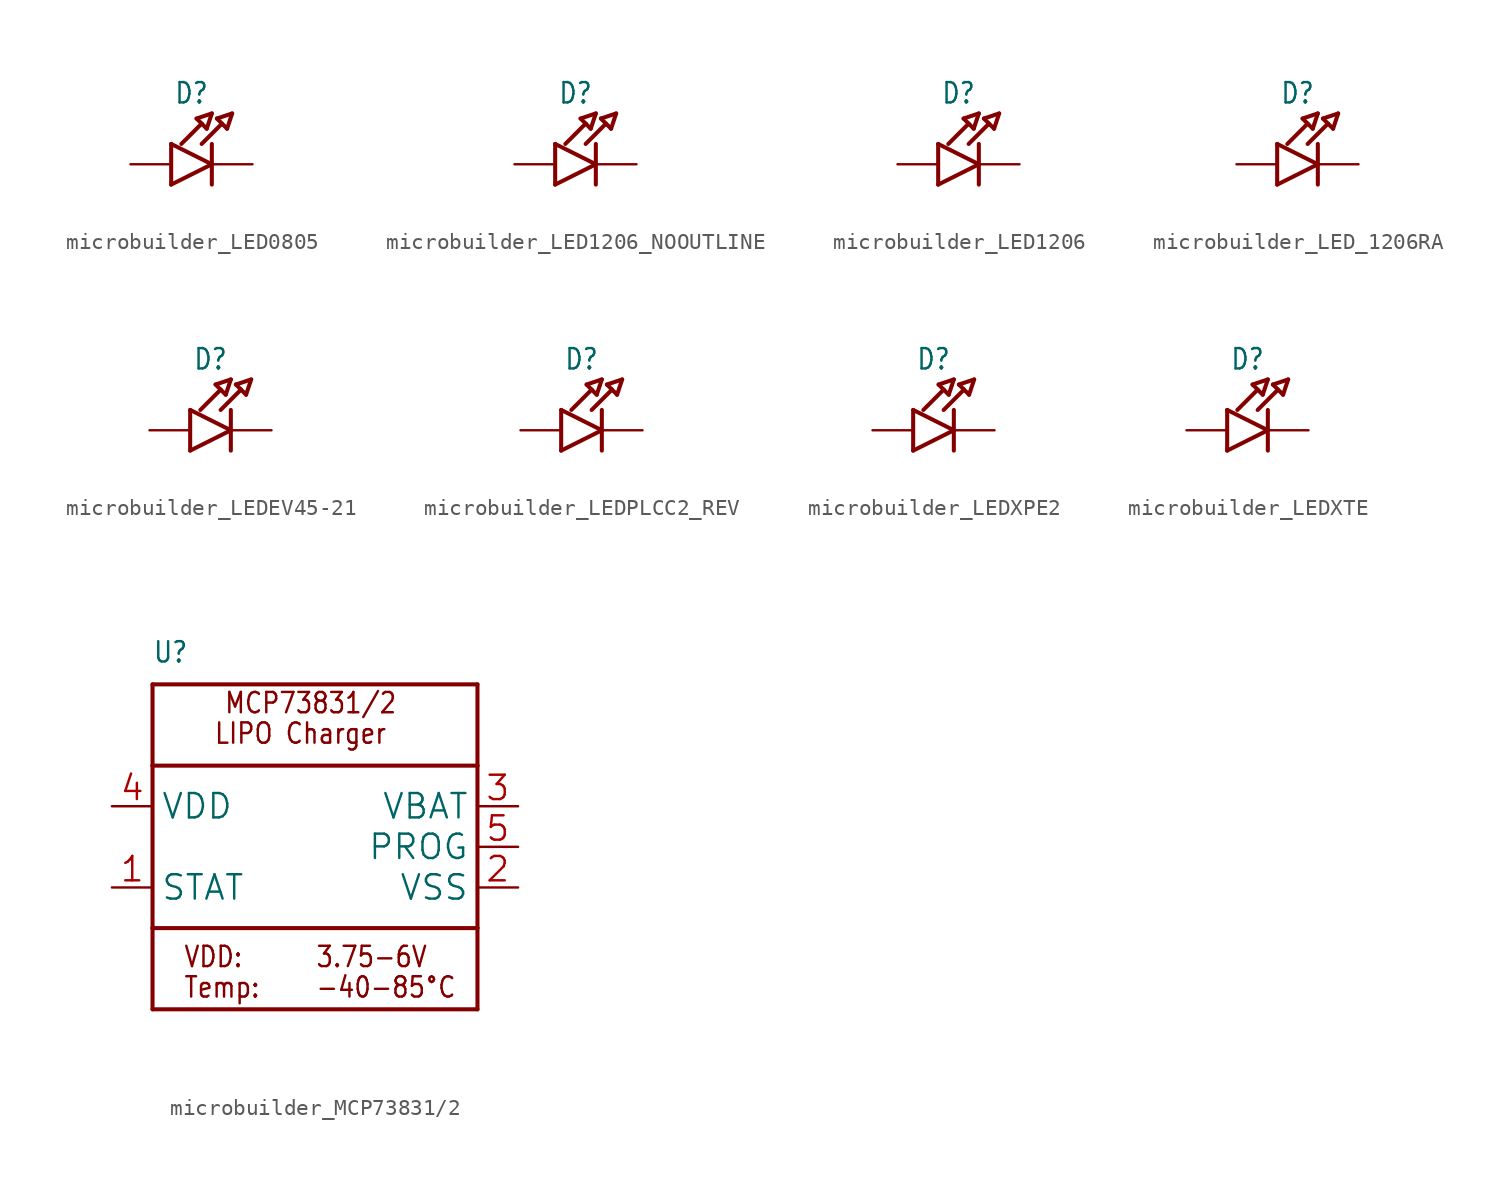
<source format=kicad_sym>
(kicad_symbol_lib
  (version 20241209)
  (generator "kicad_symbol_editor")
  (generator_version "9.0")
  (symbol "microbuilder_LED0805"
    (property "Reference" "D"
      (at -1.27 4.445 0)
      (effects (font (size 1.27 1.079))))
    (property "Value" ""
      (at -1.27 -2.794 0)
      (effects (font (size 1.27 1.079))))
    (property "ki_locked" ""
      (at 0 0 0)
      (effects (font (size 1.27 1.27))))
    (symbol "microbuilder_LED0805_1_0"
      (polyline (pts (xy -2.54 1.27) (xy -2.54 -1.27)) (stroke (width 0.254) (type solid)) (fill (type none)))
      (polyline (pts (xy -2.54 -1.27) (xy 0 0)) (stroke (width 0.254) (type solid)) (fill (type none)))
      (polyline (pts (xy -1.905 1.27) (xy -0.635 2.54)) (stroke (width 0.254) (type solid)) (fill (type none)))
      (polyline (pts (xy -0.953 2.857) (xy -0.318 2.223)) (stroke (width 0.254) (type solid)) (fill (type none)))
      (polyline (pts (xy -0.635 1.27) (xy 0.635 2.54)) (stroke (width 0.254) (type solid)) (fill (type none)))
      (polyline (pts (xy -0.318 2.223) (xy 0 3.175)) (stroke (width 0.254) (type solid)) (fill (type none)))
      (polyline (pts (xy 0 3.175) (xy -0.953 2.857)) (stroke (width 0.254) (type solid)) (fill (type none)))
      (polyline (pts (xy 0 1.27) (xy 0 0)) (stroke (width 0.254) (type solid)) (fill (type none)))
      (polyline (pts (xy 0 0) (xy -2.54 1.27)) (stroke (width 0.254) (type solid)) (fill (type none)))
      (polyline (pts (xy 0 0) (xy 0 -1.27)) (stroke (width 0.254) (type solid)) (fill (type none)))
      (polyline (pts (xy 0.318 2.857) (xy 0.953 2.223)) (stroke (width 0.254) (type solid)) (fill (type none)))
      (polyline (pts (xy 0.953 2.223) (xy 1.27 3.175)) (stroke (width 0.254) (type solid)) (fill (type none)))
      (polyline (pts (xy 1.27 3.175) (xy 0.318 2.857)) (stroke (width 0.254) (type solid)) (fill (type none)))
      (pin passive line (at -5.08 0 0) (length 2.54) (name "A" (effects (font (size 0 0)))) (number "A" (effects (font (size 0 0)))))
      (pin passive line (at 2.54 0 180) (length 2.54) (name "C" (effects (font (size 0 0)))) (number "C" (effects (font (size 0 0)))))))
  (symbol "microbuilder_LED1206_NOOUTLINE"
    (property "Reference" "D"
      (at -1.27 4.445 0)
      (effects (font (size 1.27 1.079))))
    (property "Value" ""
      (at -1.27 -2.794 0)
      (effects (font (size 1.27 1.079))))
    (property "ki_locked" ""
      (at 0 0 0)
      (effects (font (size 1.27 1.27))))
    (symbol "microbuilder_LED1206_NOOUTLINE_1_0"
      (polyline (pts (xy -2.54 1.27) (xy -2.54 -1.27)) (stroke (width 0.254) (type solid)) (fill (type none)))
      (polyline (pts (xy -2.54 -1.27) (xy 0 0)) (stroke (width 0.254) (type solid)) (fill (type none)))
      (polyline (pts (xy -1.905 1.27) (xy -0.635 2.54)) (stroke (width 0.254) (type solid)) (fill (type none)))
      (polyline (pts (xy -0.953 2.857) (xy -0.318 2.223)) (stroke (width 0.254) (type solid)) (fill (type none)))
      (polyline (pts (xy -0.635 1.27) (xy 0.635 2.54)) (stroke (width 0.254) (type solid)) (fill (type none)))
      (polyline (pts (xy -0.318 2.223) (xy 0 3.175)) (stroke (width 0.254) (type solid)) (fill (type none)))
      (polyline (pts (xy 0 3.175) (xy -0.953 2.857)) (stroke (width 0.254) (type solid)) (fill (type none)))
      (polyline (pts (xy 0 1.27) (xy 0 0)) (stroke (width 0.254) (type solid)) (fill (type none)))
      (polyline (pts (xy 0 0) (xy -2.54 1.27)) (stroke (width 0.254) (type solid)) (fill (type none)))
      (polyline (pts (xy 0 0) (xy 0 -1.27)) (stroke (width 0.254) (type solid)) (fill (type none)))
      (polyline (pts (xy 0.318 2.857) (xy 0.953 2.223)) (stroke (width 0.254) (type solid)) (fill (type none)))
      (polyline (pts (xy 0.953 2.223) (xy 1.27 3.175)) (stroke (width 0.254) (type solid)) (fill (type none)))
      (polyline (pts (xy 1.27 3.175) (xy 0.318 2.857)) (stroke (width 0.254) (type solid)) (fill (type none)))
      (pin passive line (at -5.08 0 0) (length 2.54) (name "A" (effects (font (size 0 0)))) (number "A" (effects (font (size 0 0)))))
      (pin passive line (at 2.54 0 180) (length 2.54) (name "C" (effects (font (size 0 0)))) (number "C" (effects (font (size 0 0)))))))
  (symbol "microbuilder_LED1206"
    (property "Reference" "D"
      (at -1.27 4.445 0)
      (effects (font (size 1.27 1.079))))
    (property "Value" ""
      (at -1.27 -2.794 0)
      (effects (font (size 1.27 1.079))))
    (property "ki_locked" ""
      (at 0 0 0)
      (effects (font (size 1.27 1.27))))
    (symbol "microbuilder_LED1206_1_0"
      (polyline (pts (xy -2.54 1.27) (xy -2.54 -1.27)) (stroke (width 0.254) (type solid)) (fill (type none)))
      (polyline (pts (xy -2.54 -1.27) (xy 0 0)) (stroke (width 0.254) (type solid)) (fill (type none)))
      (polyline (pts (xy -1.905 1.27) (xy -0.635 2.54)) (stroke (width 0.254) (type solid)) (fill (type none)))
      (polyline (pts (xy -0.953 2.857) (xy -0.318 2.223)) (stroke (width 0.254) (type solid)) (fill (type none)))
      (polyline (pts (xy -0.635 1.27) (xy 0.635 2.54)) (stroke (width 0.254) (type solid)) (fill (type none)))
      (polyline (pts (xy -0.318 2.223) (xy 0 3.175)) (stroke (width 0.254) (type solid)) (fill (type none)))
      (polyline (pts (xy 0 3.175) (xy -0.953 2.857)) (stroke (width 0.254) (type solid)) (fill (type none)))
      (polyline (pts (xy 0 1.27) (xy 0 0)) (stroke (width 0.254) (type solid)) (fill (type none)))
      (polyline (pts (xy 0 0) (xy -2.54 1.27)) (stroke (width 0.254) (type solid)) (fill (type none)))
      (polyline (pts (xy 0 0) (xy 0 -1.27)) (stroke (width 0.254) (type solid)) (fill (type none)))
      (polyline (pts (xy 0.318 2.857) (xy 0.953 2.223)) (stroke (width 0.254) (type solid)) (fill (type none)))
      (polyline (pts (xy 0.953 2.223) (xy 1.27 3.175)) (stroke (width 0.254) (type solid)) (fill (type none)))
      (polyline (pts (xy 1.27 3.175) (xy 0.318 2.857)) (stroke (width 0.254) (type solid)) (fill (type none)))
      (pin passive line (at -5.08 0 0) (length 2.54) (name "A" (effects (font (size 0 0)))) (number "A" (effects (font (size 0 0)))))
      (pin passive line (at 2.54 0 180) (length 2.54) (name "C" (effects (font (size 0 0)))) (number "C" (effects (font (size 0 0)))))))
  (symbol "microbuilder_LED_1206RA"
    (property "Reference" "D"
      (at -1.27 4.445 0)
      (effects (font (size 1.27 1.079))))
    (property "Value" ""
      (at -1.27 -2.794 0)
      (effects (font (size 1.27 1.079))))
    (property "ki_locked" ""
      (at 0 0 0)
      (effects (font (size 1.27 1.27))))
    (symbol "microbuilder_LED_1206RA_1_0"
      (polyline (pts (xy -2.54 1.27) (xy -2.54 -1.27)) (stroke (width 0.254) (type solid)) (fill (type none)))
      (polyline (pts (xy -2.54 -1.27) (xy 0 0)) (stroke (width 0.254) (type solid)) (fill (type none)))
      (polyline (pts (xy -1.905 1.27) (xy -0.635 2.54)) (stroke (width 0.254) (type solid)) (fill (type none)))
      (polyline (pts (xy -0.953 2.857) (xy -0.318 2.223)) (stroke (width 0.254) (type solid)) (fill (type none)))
      (polyline (pts (xy -0.635 1.27) (xy 0.635 2.54)) (stroke (width 0.254) (type solid)) (fill (type none)))
      (polyline (pts (xy -0.318 2.223) (xy 0 3.175)) (stroke (width 0.254) (type solid)) (fill (type none)))
      (polyline (pts (xy 0 3.175) (xy -0.953 2.857)) (stroke (width 0.254) (type solid)) (fill (type none)))
      (polyline (pts (xy 0 1.27) (xy 0 0)) (stroke (width 0.254) (type solid)) (fill (type none)))
      (polyline (pts (xy 0 0) (xy -2.54 1.27)) (stroke (width 0.254) (type solid)) (fill (type none)))
      (polyline (pts (xy 0 0) (xy 0 -1.27)) (stroke (width 0.254) (type solid)) (fill (type none)))
      (polyline (pts (xy 0.318 2.857) (xy 0.953 2.223)) (stroke (width 0.254) (type solid)) (fill (type none)))
      (polyline (pts (xy 0.953 2.223) (xy 1.27 3.175)) (stroke (width 0.254) (type solid)) (fill (type none)))
      (polyline (pts (xy 1.27 3.175) (xy 0.318 2.857)) (stroke (width 0.254) (type solid)) (fill (type none)))
      (pin passive line (at -5.08 0 0) (length 2.54) (name "A" (effects (font (size 0 0)))) (number "A" (effects (font (size 0 0)))))
      (pin passive line (at 2.54 0 180) (length 2.54) (name "C" (effects (font (size 0 0)))) (number "C" (effects (font (size 0 0)))))))
  (symbol "microbuilder_LEDEV45-21"
    (property "Reference" "D"
      (at -1.27 4.445 0)
      (effects (font (size 1.27 1.079))))
    (property "Value" ""
      (at -1.27 -2.794 0)
      (effects (font (size 1.27 1.079))))
    (property "ki_locked" ""
      (at 0 0 0)
      (effects (font (size 1.27 1.27))))
    (symbol "microbuilder_LEDEV45-21_1_0"
      (polyline (pts (xy -2.54 1.27) (xy -2.54 -1.27)) (stroke (width 0.254) (type solid)) (fill (type none)))
      (polyline (pts (xy -2.54 -1.27) (xy 0 0)) (stroke (width 0.254) (type solid)) (fill (type none)))
      (polyline (pts (xy -1.905 1.27) (xy -0.635 2.54)) (stroke (width 0.254) (type solid)) (fill (type none)))
      (polyline (pts (xy -0.953 2.857) (xy -0.318 2.223)) (stroke (width 0.254) (type solid)) (fill (type none)))
      (polyline (pts (xy -0.635 1.27) (xy 0.635 2.54)) (stroke (width 0.254) (type solid)) (fill (type none)))
      (polyline (pts (xy -0.318 2.223) (xy 0 3.175)) (stroke (width 0.254) (type solid)) (fill (type none)))
      (polyline (pts (xy 0 3.175) (xy -0.953 2.857)) (stroke (width 0.254) (type solid)) (fill (type none)))
      (polyline (pts (xy 0 1.27) (xy 0 0)) (stroke (width 0.254) (type solid)) (fill (type none)))
      (polyline (pts (xy 0 0) (xy -2.54 1.27)) (stroke (width 0.254) (type solid)) (fill (type none)))
      (polyline (pts (xy 0 0) (xy 0 -1.27)) (stroke (width 0.254) (type solid)) (fill (type none)))
      (polyline (pts (xy 0.318 2.857) (xy 0.953 2.223)) (stroke (width 0.254) (type solid)) (fill (type none)))
      (polyline (pts (xy 0.953 2.223) (xy 1.27 3.175)) (stroke (width 0.254) (type solid)) (fill (type none)))
      (polyline (pts (xy 1.27 3.175) (xy 0.318 2.857)) (stroke (width 0.254) (type solid)) (fill (type none)))
      (pin passive line (at -5.08 0 0) (length 2.54) (name "A" (effects (font (size 0 0)))) (number "A" (effects (font (size 0 0)))))
      (pin passive line (at 2.54 0 180) (length 2.54) (name "C" (effects (font (size 0 0)))) (number "K" (effects (font (size 0 0)))))))
  (symbol "microbuilder_LEDPLCC2_REV"
    (property "Reference" "D"
      (at -1.27 4.445 0)
      (effects (font (size 1.27 1.079))))
    (property "Value" ""
      (at -1.27 -2.794 0)
      (effects (font (size 1.27 1.079))))
    (property "ki_locked" ""
      (at 0 0 0)
      (effects (font (size 1.27 1.27))))
    (symbol "microbuilder_LEDPLCC2_REV_1_0"
      (polyline (pts (xy -2.54 1.27) (xy -2.54 -1.27)) (stroke (width 0.254) (type solid)) (fill (type none)))
      (polyline (pts (xy -2.54 -1.27) (xy 0 0)) (stroke (width 0.254) (type solid)) (fill (type none)))
      (polyline (pts (xy -1.905 1.27) (xy -0.635 2.54)) (stroke (width 0.254) (type solid)) (fill (type none)))
      (polyline (pts (xy -0.953 2.857) (xy -0.318 2.223)) (stroke (width 0.254) (type solid)) (fill (type none)))
      (polyline (pts (xy -0.635 1.27) (xy 0.635 2.54)) (stroke (width 0.254) (type solid)) (fill (type none)))
      (polyline (pts (xy -0.318 2.223) (xy 0 3.175)) (stroke (width 0.254) (type solid)) (fill (type none)))
      (polyline (pts (xy 0 3.175) (xy -0.953 2.857)) (stroke (width 0.254) (type solid)) (fill (type none)))
      (polyline (pts (xy 0 1.27) (xy 0 0)) (stroke (width 0.254) (type solid)) (fill (type none)))
      (polyline (pts (xy 0 0) (xy -2.54 1.27)) (stroke (width 0.254) (type solid)) (fill (type none)))
      (polyline (pts (xy 0 0) (xy 0 -1.27)) (stroke (width 0.254) (type solid)) (fill (type none)))
      (polyline (pts (xy 0.318 2.857) (xy 0.953 2.223)) (stroke (width 0.254) (type solid)) (fill (type none)))
      (polyline (pts (xy 0.953 2.223) (xy 1.27 3.175)) (stroke (width 0.254) (type solid)) (fill (type none)))
      (polyline (pts (xy 1.27 3.175) (xy 0.318 2.857)) (stroke (width 0.254) (type solid)) (fill (type none)))
      (pin passive line (at -5.08 0 0) (length 2.54) (name "A" (effects (font (size 0 0)))) (number "A" (effects (font (size 0 0)))))
      (pin passive line (at 2.54 0 180) (length 2.54) (name "C" (effects (font (size 0 0)))) (number "K" (effects (font (size 0 0)))))))
  (symbol "microbuilder_LEDXPE2"
    (property "Reference" "D"
      (at -1.27 4.445 0)
      (effects (font (size 1.27 1.079))))
    (property "Value" ""
      (at -1.27 -2.794 0)
      (effects (font (size 1.27 1.079))))
    (property "ki_locked" ""
      (at 0 0 0)
      (effects (font (size 1.27 1.27))))
    (symbol "microbuilder_LEDXPE2_1_0"
      (polyline (pts (xy -2.54 1.27) (xy -2.54 -1.27)) (stroke (width 0.254) (type solid)) (fill (type none)))
      (polyline (pts (xy -2.54 -1.27) (xy 0 0)) (stroke (width 0.254) (type solid)) (fill (type none)))
      (polyline (pts (xy -1.905 1.27) (xy -0.635 2.54)) (stroke (width 0.254) (type solid)) (fill (type none)))
      (polyline (pts (xy -0.953 2.857) (xy -0.318 2.223)) (stroke (width 0.254) (type solid)) (fill (type none)))
      (polyline (pts (xy -0.635 1.27) (xy 0.635 2.54)) (stroke (width 0.254) (type solid)) (fill (type none)))
      (polyline (pts (xy -0.318 2.223) (xy 0 3.175)) (stroke (width 0.254) (type solid)) (fill (type none)))
      (polyline (pts (xy 0 3.175) (xy -0.953 2.857)) (stroke (width 0.254) (type solid)) (fill (type none)))
      (polyline (pts (xy 0 1.27) (xy 0 0)) (stroke (width 0.254) (type solid)) (fill (type none)))
      (polyline (pts (xy 0 0) (xy -2.54 1.27)) (stroke (width 0.254) (type solid)) (fill (type none)))
      (polyline (pts (xy 0 0) (xy 0 -1.27)) (stroke (width 0.254) (type solid)) (fill (type none)))
      (polyline (pts (xy 0.318 2.857) (xy 0.953 2.223)) (stroke (width 0.254) (type solid)) (fill (type none)))
      (polyline (pts (xy 0.953 2.223) (xy 1.27 3.175)) (stroke (width 0.254) (type solid)) (fill (type none)))
      (polyline (pts (xy 1.27 3.175) (xy 0.318 2.857)) (stroke (width 0.254) (type solid)) (fill (type none)))
      (pin passive line (at -5.08 0 0) (length 2.54) (name "A" (effects (font (size 0 0)))) (number "ANODE" (effects (font (size 0 0)))))
      (pin passive line (at 2.54 0 180) (length 2.54) (name "C" (effects (font (size 0 0)))) (number "CATHODE" (effects (font (size 0 0)))))))
  (symbol "microbuilder_LEDXTE"
    (property "Reference" "D"
      (at -1.27 4.445 0)
      (effects (font (size 1.27 1.079))))
    (property "Value" ""
      (at -1.27 -2.794 0)
      (effects (font (size 1.27 1.079))))
    (property "ki_locked" ""
      (at 0 0 0)
      (effects (font (size 1.27 1.27))))
    (symbol "microbuilder_LEDXTE_1_0"
      (polyline (pts (xy -2.54 1.27) (xy -2.54 -1.27)) (stroke (width 0.254) (type solid)) (fill (type none)))
      (polyline (pts (xy -2.54 -1.27) (xy 0 0)) (stroke (width 0.254) (type solid)) (fill (type none)))
      (polyline (pts (xy -1.905 1.27) (xy -0.635 2.54)) (stroke (width 0.254) (type solid)) (fill (type none)))
      (polyline (pts (xy -0.953 2.857) (xy -0.318 2.223)) (stroke (width 0.254) (type solid)) (fill (type none)))
      (polyline (pts (xy -0.635 1.27) (xy 0.635 2.54)) (stroke (width 0.254) (type solid)) (fill (type none)))
      (polyline (pts (xy -0.318 2.223) (xy 0 3.175)) (stroke (width 0.254) (type solid)) (fill (type none)))
      (polyline (pts (xy 0 3.175) (xy -0.953 2.857)) (stroke (width 0.254) (type solid)) (fill (type none)))
      (polyline (pts (xy 0 1.27) (xy 0 0)) (stroke (width 0.254) (type solid)) (fill (type none)))
      (polyline (pts (xy 0 0) (xy -2.54 1.27)) (stroke (width 0.254) (type solid)) (fill (type none)))
      (polyline (pts (xy 0 0) (xy 0 -1.27)) (stroke (width 0.254) (type solid)) (fill (type none)))
      (polyline (pts (xy 0.318 2.857) (xy 0.953 2.223)) (stroke (width 0.254) (type solid)) (fill (type none)))
      (polyline (pts (xy 0.953 2.223) (xy 1.27 3.175)) (stroke (width 0.254) (type solid)) (fill (type none)))
      (polyline (pts (xy 1.27 3.175) (xy 0.318 2.857)) (stroke (width 0.254) (type solid)) (fill (type none)))
      (pin passive line (at -5.08 0 0) (length 2.54) (name "A" (effects (font (size 0 0)))) (number "ANODE" (effects (font (size 0 0)))))
      (pin passive line (at 2.54 0 180) (length 2.54) (name "C" (effects (font (size 0 0)))) (number "CATHODE" (effects (font (size 0 0)))))))
  (symbol "microbuilder_MCP73831/2"
    (property "Reference" "U"
      (at -10.16 11.43 0)
      (effects (font (size 1.27 1.079)) (justify left bottom)))
    (property "Value" ""
      (at -10.16 -12.7 0)
      (effects (font (size 1.27 1.079)) (justify left bottom)))
    (property "ki_locked" ""
      (at 0 0 0)
      (effects (font (size 1.27 1.27))))
    (symbol "microbuilder_MCP73831/2_1_0"
      (polyline (pts (xy -10.16 10.16) (xy -10.16 5.08)) (stroke (width 0.254) (type solid)) (fill (type none)))
      (polyline (pts (xy -10.16 10.16) (xy 10.16 10.16)) (stroke (width 0.254) (type solid)) (fill (type none)))
      (polyline (pts (xy -10.16 5.08) (xy 10.16 5.08)) (stroke (width 0.254) (type solid)) (fill (type none)))
      (polyline (pts (xy -10.16 -5.08) (xy -10.16 5.08)) (stroke (width 0.254) (type solid)) (fill (type none)))
      (polyline (pts (xy -10.16 -5.08) (xy -10.16 -10.16)) (stroke (width 0.254) (type solid)) (fill (type none)))
      (polyline (pts (xy 10.16 10.16) (xy 10.16 5.08)) (stroke (width 0.254) (type solid)) (fill (type none)))
      (polyline (pts (xy 10.16 5.08) (xy 10.16 -5.08)) (stroke (width 0.254) (type solid)) (fill (type none)))
      (polyline (pts (xy 10.16 -5.08) (xy -10.16 -5.08)) (stroke (width 0.254) (type solid)) (fill (type none)))
      (polyline (pts (xy 10.16 -5.08) (xy 10.16 -10.16)) (stroke (width 0.254) (type solid)) (fill (type none)))
      (polyline (pts (xy 10.16 -10.16) (xy -10.16 -10.16)) (stroke (width 0.254) (type solid)) (fill (type none)))
      (text "VDD:" (at -8.255 -7.62 0) (effects (font (size 1.27 1.079)) (justify left bottom)))
      (text "Temp:" (at -8.255 -9.525 0) (effects (font (size 1.27 1.079)) (justify left bottom)))
      (text "LIPO Charger" (at -6.35 6.35 0) (effects (font (size 1.27 1.079)) (justify left bottom)))
      (text "MCP73831/2" (at -5.715 8.255 0) (effects (font (size 1.27 1.079)) (justify left bottom)))
      (text "3.75-6V" (at 0 -7.62 0) (effects (font (size 1.27 1.079)) (justify left bottom)))
      (text "-40-85°C" (at 0 -9.525 0) (effects (font (size 1.27 1.079)) (justify left bottom)))
      (pin power_in line (at -12.7 2.54 0) (length 2.54) (name "VDD" (effects (font (size 1.524 1.524)))) (number "4" (effects (font (size 1.524 1.524)))))
      (pin output line (at -12.7 -2.54 0) (length 2.54) (name "STAT" (effects (font (size 1.524 1.524)))) (number "1" (effects (font (size 1.524 1.524)))))
      (pin power_in line (at 12.7 2.54 180) (length 2.54) (name "VBAT" (effects (font (size 1.524 1.524)))) (number "3" (effects (font (size 1.524 1.524)))))
      (pin input line (at 12.7 0 180) (length 2.54) (name "PROG" (effects (font (size 1.524 1.524)))) (number "5" (effects (font (size 1.524 1.524)))))
      (pin power_in line (at 12.7 -2.54 180) (length 2.54) (name "VSS" (effects (font (size 1.524 1.524)))) (number "2" (effects (font (size 1.524 1.524))))))))
</source>
